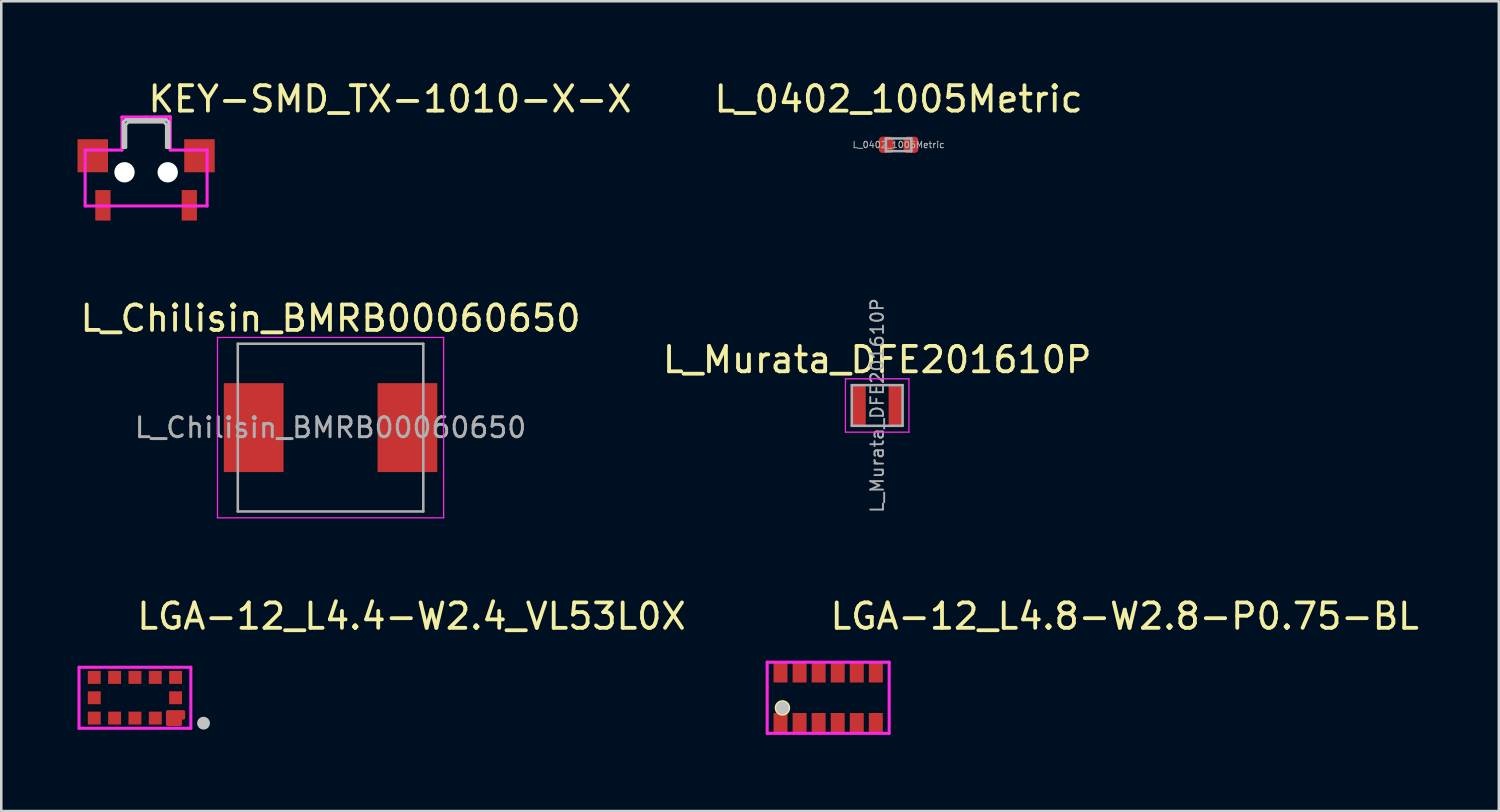
<source format=kicad_pcb>
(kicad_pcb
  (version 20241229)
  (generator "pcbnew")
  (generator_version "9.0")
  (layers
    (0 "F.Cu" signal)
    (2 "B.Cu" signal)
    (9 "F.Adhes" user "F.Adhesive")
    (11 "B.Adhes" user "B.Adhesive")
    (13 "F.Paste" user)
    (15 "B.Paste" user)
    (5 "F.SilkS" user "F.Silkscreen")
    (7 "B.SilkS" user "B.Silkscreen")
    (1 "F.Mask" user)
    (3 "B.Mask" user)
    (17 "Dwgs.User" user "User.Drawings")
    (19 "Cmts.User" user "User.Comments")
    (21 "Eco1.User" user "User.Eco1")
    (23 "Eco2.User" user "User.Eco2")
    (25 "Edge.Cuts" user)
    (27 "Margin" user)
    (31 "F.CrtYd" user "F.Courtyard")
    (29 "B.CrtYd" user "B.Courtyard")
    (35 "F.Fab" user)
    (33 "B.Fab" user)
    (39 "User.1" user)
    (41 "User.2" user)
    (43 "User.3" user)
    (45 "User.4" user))
  (footprint "L_0402_1005Metric"
    (layer "F.Cu")
    (at 32.313 2.648)
    (property "Reference" "L_0402_1005Metric" (at 0 -1.8 0) (layer "F.SilkS") (effects (font (size 1 1) (thickness 0.15))))
    (attr smd)
    (fp_line (start -0.5 -0.25) (end 0.5 -0.25) (stroke (width 0.1) (type solid)) (layer "F.Fab"))
    (fp_line (start -0.5 0.25) (end -0.5 -0.25) (stroke (width 0.1) (type solid)) (layer "F.Fab"))
    (fp_line (start 0.5 -0.25) (end 0.5 0.25) (stroke (width 0.1) (type solid)) (layer "F.Fab"))
    (fp_line (start 0.5 0.25) (end -0.5 0.25) (stroke (width 0.1) (type solid)) (layer "F.Fab"))
    (fp_text user "${REFERENCE}" (at 0 0 0) (layer "F.Fab") (effects (font (size 0.25 0.25) (thickness 0.04))))
    (pad "1" smd roundrect (at -0.485 0) (size 0.59 0.64) (layers "F.Cu" "F.Mask" "F.Paste") (roundrect_rratio 0.25))
    (pad "2" smd roundrect (at 0.485 0) (size 0.59 0.64) (layers "F.Cu" "F.Mask" "F.Paste") (roundrect_rratio 0.25)))
  (footprint "LGA-12_L4.4-W2.4_VL53L0X"
    (layer "F.Cu")
    (at 2.26 24.409)
    (property "Reference" "LGA-12_L4.4-W2.4_VL53L0X" (at 0 -3.207 0) (layer "F.SilkS") (effects (font (size 1 1) (thickness 0.15)) (justify left)))
    (attr through_hole)
    (fp_circle (center 2.7 1) (end 2.827 1) (stroke (width 0.254) (type solid)) (fill no) (layer "Dwgs.User"))
    (fp_circle (center 2.2 1.2) (end 2.23 1.2) (stroke (width 0.06) (type solid)) (fill no) (layer "Eco2.User"))
    (fp_poly (pts (xy -1.854 -1.054) (xy -1.346 -1.054) (xy -1.346 -0.546) (xy -1.854 -0.546)) (stroke (width 0.12) (type solid)) (fill no) (layer "Eco2.User"))
    (fp_poly (pts (xy -1.854 -0.254) (xy -1.346 -0.254) (xy -1.346 0.254) (xy -1.854 0.254)) (stroke (width 0.12) (type solid)) (fill no) (layer "Eco2.User"))
    (fp_poly (pts (xy -1.854 0.546) (xy -1.346 0.546) (xy -1.346 1.054) (xy -1.854 1.054)) (stroke (width 0.12) (type solid)) (fill no) (layer "Eco2.User"))
    (fp_poly (pts (xy -1.054 -1.054) (xy -0.546 -1.054) (xy -0.546 -0.546) (xy -1.054 -0.546)) (stroke (width 0.12) (type solid)) (fill no) (layer "Eco2.User"))
    (fp_poly (pts (xy -1.054 0.546) (xy -0.546 0.546) (xy -0.546 1.054) (xy -1.054 1.054)) (stroke (width 0.12) (type solid)) (fill no) (layer "Eco2.User"))
    (fp_poly (pts (xy -0.254 -1.054) (xy 0.254 -1.054) (xy 0.254 -0.546) (xy -0.254 -0.546)) (stroke (width 0.12) (type solid)) (fill no) (layer "Eco2.User"))
    (fp_poly (pts (xy -0.254 0.546) (xy 0.254 0.546) (xy 0.254 1.054) (xy -0.254 1.054)) (stroke (width 0.12) (type solid)) (fill no) (layer "Eco2.User"))
    (fp_poly (pts (xy 0.546 -1.054) (xy 1.054 -1.054) (xy 1.054 -0.546) (xy 0.546 -0.546)) (stroke (width 0.12) (type solid)) (fill no) (layer "Eco2.User"))
    (fp_poly (pts (xy 0.546 0.546) (xy 1.054 0.546) (xy 1.054 1.054) (xy 0.546 1.054)) (stroke (width 0.12) (type solid)) (fill no) (layer "Eco2.User"))
    (fp_poly (pts (xy 1.346 -1.054) (xy 1.854 -1.054) (xy 1.854 -0.546) (xy 1.346 -0.546)) (stroke (width 0.12) (type solid)) (fill no) (layer "Eco2.User"))
    (fp_poly (pts (xy 1.346 -0.254) (xy 1.854 -0.254) (xy 1.854 0.254) (xy 1.346 0.254)) (stroke (width 0.12) (type solid)) (fill no) (layer "Eco2.User"))
    (fp_poly (pts (xy 1.282 0.546) (xy 1.917 0.546) (xy 1.917 0.8) (xy 1.79 0.8) (xy 1.79 1.054) (xy 1.282 1.054) (xy 1.282 0.546)) (stroke (width 0.12) (type solid)) (fill no) (layer "Eco2.User"))
    (fp_line (start -2.2 -1.2) (end 2.2 -1.2) (stroke (width 0.12) (type solid)) (layer "F.CrtYd"))
    (fp_line (start -2.2 1.2) (end -2.2 -1.2) (stroke (width 0.12) (type solid)) (layer "F.CrtYd"))
    (fp_line (start 2.2 -1.2) (end 2.2 1.2) (stroke (width 0.12) (type solid)) (layer "F.CrtYd"))
    (fp_line (start 2.2 1.2) (end -2.2 1.2) (stroke (width 0.12) (type solid)) (layer "F.CrtYd"))
    (pad "1" smd custom (at 1.6 0.8) (size 0.102 0.102) (layers "F.Cu" "F.Mask" "F.Paste") (options (anchor circle)) (primitives (gr_poly (pts (xy -0.318 -0.254) (xy 0.317 -0.254) (xy 0.317 0) (xy 0.19 0) (xy 0.19 0.254) (xy -0.318 0.254) (xy -0.318 -0.254)) (width 0.12) (fill yes))))
    (pad "2" smd rect (at 0.8 0.8) (size 0.508 0.508) (layers "F.Cu" "F.Mask" "F.Paste"))
    (pad "3" smd rect (at 0 0.8) (size 0.508 0.508) (layers "F.Cu" "F.Mask" "F.Paste"))
    (pad "4" smd rect (at -0.8 0.8) (size 0.508 0.508) (layers "F.Cu" "F.Mask" "F.Paste"))
    (pad "5" smd rect (at -1.6 0.8) (size 0.508 0.508) (layers "F.Cu" "F.Mask" "F.Paste"))
    (pad "6" smd rect (at -1.6 0) (size 0.508 0.508) (layers "F.Cu" "F.Mask" "F.Paste"))
    (pad "7" smd rect (at -1.6 -0.8) (size 0.508 0.508) (layers "F.Cu" "F.Mask" "F.Paste"))
    (pad "8" smd rect (at -0.8 -0.8) (size 0.508 0.508) (layers "F.Cu" "F.Mask" "F.Paste"))
    (pad "9" smd rect (at 0 -0.8) (size 0.508 0.508) (layers "F.Cu" "F.Mask" "F.Paste"))
    (pad "10" smd rect (at 0.8 -0.8) (size 0.508 0.508) (layers "F.Cu" "F.Mask" "F.Paste"))
    (pad "11" smd rect (at 1.6 -0.8) (size 0.508 0.508) (layers "F.Cu" "F.Mask" "F.Paste"))
    (pad "12" smd rect (at 1.6 0) (size 0.508 0.508) (layers "F.Cu" "F.Mask" "F.Paste")))
  (footprint "L_Chilisin_BMRB00060650"
    (layer "F.Cu")
    (at 9.958 13.778)
    (property "Reference" "L_Chilisin_BMRB00060650" (at 0 -4.3 0) (layer "F.SilkS") (effects (font (size 1 1) (thickness 0.15))))
    (attr smd)
    (fp_line (start -4.45 -3.55) (end -4.45 3.55) (stroke (width 0.05) (type solid)) (layer "F.CrtYd"))
    (fp_line (start -4.45 3.55) (end 4.45 3.55) (stroke (width 0.05) (type solid)) (layer "F.CrtYd"))
    (fp_line (start 4.45 -3.55) (end -4.45 -3.55) (stroke (width 0.05) (type solid)) (layer "F.CrtYd"))
    (fp_line (start 4.45 3.55) (end 4.45 -3.55) (stroke (width 0.05) (type solid)) (layer "F.CrtYd"))
    (fp_line (start -3.65 -3.3) (end -3.65 3.3) (stroke (width 0.1) (type solid)) (layer "F.Fab"))
    (fp_line (start -3.65 3.3) (end 3.65 3.3) (stroke (width 0.1) (type solid)) (layer "F.Fab"))
    (fp_line (start 3.65 -3.3) (end -3.65 -3.3) (stroke (width 0.1) (type solid)) (layer "F.Fab"))
    (fp_line (start 3.65 3.3) (end 3.65 -3.3) (stroke (width 0.1) (type solid)) (layer "F.Fab"))
    (fp_text user "${REFERENCE}" (at 0 0 0) (layer "F.Fab") (effects (font (size 0.783 0.783) (thickness 0.117))))
    (pad "1" smd rect (at -3.025 0) (size 2.35 3.5) (layers "F.Cu" "F.Mask" "F.Paste"))
    (pad "2" smd rect (at 3.025 0) (size 2.35 3.5) (layers "F.Cu" "F.Mask" "F.Paste")))
  (footprint "L_Murata_DFE201610P"
    (layer "F.Cu")
    (at 31.47 12.907)
    (property "Reference" "L_Murata_DFE201610P" (at 0 -1.8 0) (layer "F.SilkS") (effects (font (size 1 1) (thickness 0.15))))
    (attr smd)
    (fp_line (start -1.25 -1.05) (end -1.25 1.05) (stroke (width 0.05) (type solid)) (layer "F.CrtYd"))
    (fp_line (start -1.25 1.05) (end 1.25 1.05) (stroke (width 0.05) (type solid)) (layer "F.CrtYd"))
    (fp_line (start 1.25 -1.05) (end -1.25 -1.05) (stroke (width 0.05) (type solid)) (layer "F.CrtYd"))
    (fp_line (start 1.25 1.05) (end 1.25 -1.05) (stroke (width 0.05) (type solid)) (layer "F.CrtYd"))
    (fp_line (start -1 -0.8) (end -1 0.8) (stroke (width 0.1) (type solid)) (layer "F.Fab"))
    (fp_line (start -1 0.8) (end 1 0.8) (stroke (width 0.1) (type solid)) (layer "F.Fab"))
    (fp_line (start 1 -0.8) (end -1 -0.8) (stroke (width 0.1) (type solid)) (layer "F.Fab"))
    (fp_line (start 1 0.8) (end 1 -0.8) (stroke (width 0.1) (type solid)) (layer "F.Fab"))
    (fp_text user "${REFERENCE}" (at 0 0 90) (layer "F.Fab") (effects (font (size 0.5 0.5) (thickness 0.075))))
    (pad "1" smd rect (at -0.725 0) (size 0.55 1.6) (layers "F.Cu" "F.Mask" "F.Paste"))
    (pad "2" smd rect (at 0.725 0) (size 0.55 1.6) (layers "F.Cu" "F.Mask" "F.Paste")))
  (footprint "LGA-12_L4.8-W2.8-P0.75-BL"
    (layer "F.Cu")
    (at 29.541 24.409)
    (property "Reference" "LGA-12_L4.8-W2.8-P0.75-BL" (at 0 -3.207 0) (layer "F.SilkS") (effects (font (size 1 1) (thickness 0.15)) (justify left)))
    (attr through_hole)
    (fp_circle (center -1.8 0.4) (end -1.75 0.4) (stroke (width 0.254) (type solid)) (fill no) (layer "F.SilkS"))
    (fp_circle (center -1.8 0.4) (end -1.673 0.4) (stroke (width 0.254) (type solid)) (fill no) (layer "Dwgs.User"))
    (fp_circle (center -2.4 1.4) (end -2.37 1.4) (stroke (width 0.06) (type solid)) (fill no) (layer "Eco2.User"))
    (fp_poly (pts (xy -2.15 -1.3) (xy -1.6 -1.3) (xy -1.6 -0.7) (xy -2.15 -0.7)) (stroke (width 0.12) (type solid)) (fill no) (layer "Eco2.User"))
    (fp_poly (pts (xy -2.15 0.7) (xy -1.6 0.7) (xy -1.6 1.3) (xy -2.15 1.3)) (stroke (width 0.12) (type solid)) (fill no) (layer "Eco2.User"))
    (fp_poly (pts (xy -1.4 -1.3) (xy -0.85 -1.3) (xy -0.85 -0.7) (xy -1.4 -0.7)) (stroke (width 0.12) (type solid)) (fill no) (layer "Eco2.User"))
    (fp_poly (pts (xy -1.4 0.7) (xy -0.85 0.7) (xy -0.85 1.3) (xy -1.4 1.3)) (stroke (width 0.12) (type solid)) (fill no) (layer "Eco2.User"))
    (fp_poly (pts (xy -0.65 -1.3) (xy -0.1 -1.3) (xy -0.1 -0.7) (xy -0.65 -0.7)) (stroke (width 0.12) (type solid)) (fill no) (layer "Eco2.User"))
    (fp_poly (pts (xy -0.65 0.7) (xy -0.1 0.7) (xy -0.1 1.3) (xy -0.65 1.3)) (stroke (width 0.12) (type solid)) (fill no) (layer "Eco2.User"))
    (fp_poly (pts (xy 0.1 -1.3) (xy 0.65 -1.3) (xy 0.65 -0.7) (xy 0.1 -0.7)) (stroke (width 0.12) (type solid)) (fill no) (layer "Eco2.User"))
    (fp_poly (pts (xy 0.1 0.7) (xy 0.65 0.7) (xy 0.65 1.3) (xy 0.1 1.3)) (stroke (width 0.12) (type solid)) (fill no) (layer "Eco2.User"))
    (fp_poly (pts (xy 0.85 -1.3) (xy 1.4 -1.3) (xy 1.4 -0.7) (xy 0.85 -0.7)) (stroke (width 0.12) (type solid)) (fill no) (layer "Eco2.User"))
    (fp_poly (pts (xy 0.85 0.7) (xy 1.4 0.7) (xy 1.4 1.3) (xy 0.85 1.3)) (stroke (width 0.12) (type solid)) (fill no) (layer "Eco2.User"))
    (fp_poly (pts (xy 1.6 -1.3) (xy 2.15 -1.3) (xy 2.15 -0.7) (xy 1.6 -0.7)) (stroke (width 0.12) (type solid)) (fill no) (layer "Eco2.User"))
    (fp_poly (pts (xy 1.6 0.7) (xy 2.15 0.7) (xy 2.15 1.3) (xy 1.6 1.3)) (stroke (width 0.12) (type solid)) (fill no) (layer "Eco2.User"))
    (fp_line (start -2.4 -1.4) (end 2.4 -1.4) (stroke (width 0.12) (type solid)) (layer "F.CrtYd"))
    (fp_line (start -2.4 1.4) (end -2.4 -1.4) (stroke (width 0.12) (type solid)) (layer "F.CrtYd"))
    (fp_line (start 2.4 -1.4) (end 2.4 1.4) (stroke (width 0.12) (type solid)) (layer "F.CrtYd"))
    (fp_line (start 2.4 1.4) (end -2.4 1.4) (stroke (width 0.12) (type solid)) (layer "F.CrtYd"))
    (pad "1" smd rect (at -1.875 1) (size 0.55 0.8) (layers "F.Cu" "F.Mask" "F.Paste"))
    (pad "2" smd rect (at -1.125 1) (size 0.55 0.8) (layers "F.Cu" "F.Mask" "F.Paste"))
    (pad "3" smd rect (at -0.375 1) (size 0.55 0.8) (layers "F.Cu" "F.Mask" "F.Paste"))
    (pad "4" smd rect (at 0.375 1) (size 0.55 0.8) (layers "F.Cu" "F.Mask" "F.Paste"))
    (pad "5" smd rect (at 1.125 1) (size 0.55 0.8) (layers "F.Cu" "F.Mask" "F.Paste"))
    (pad "6" smd rect (at 1.875 1) (size 0.55 0.8) (layers "F.Cu" "F.Mask" "F.Paste"))
    (pad "7" smd rect (at 1.875 -1) (size 0.55 0.8) (layers "F.Cu" "F.Mask" "F.Paste"))
    (pad "8" smd rect (at 1.125 -1) (size 0.55 0.8) (layers "F.Cu" "F.Mask" "F.Paste"))
    (pad "9" smd rect (at 0.375 -1) (size 0.55 0.8) (layers "F.Cu" "F.Mask" "F.Paste"))
    (pad "10" smd rect (at -0.375 -1) (size 0.55 0.8) (layers "F.Cu" "F.Mask" "F.Paste"))
    (pad "11" smd rect (at -1.125 -1) (size 0.55 0.8) (layers "F.Cu" "F.Mask" "F.Paste"))
    (pad "12" smd rect (at -1.875 -1) (size 0.55 0.8) (layers "F.Cu" "F.Mask" "F.Paste")))
  (footprint "KEY-SMD_TX-1010-X-X"
    (layer "F.Cu")
    (at 2.7 4.055)
    (property "Reference" "KEY-SMD_TX-1010-X-X" (at 0 -3.207 0) (layer "F.SilkS") (effects (font (size 1 1) (thickness 0.15)) (justify left)))
    (attr through_hole)
    (fp_circle (center -0.85 -0.325) (end -0.725 -0.325) (stroke (width 0.25) (type solid)) (fill no) (layer "Dwgs.User"))
    (fp_circle (center 0.85 -0.325) (end 0.975 -0.325) (stroke (width 0.25) (type solid)) (fill no) (layer "Dwgs.User"))
    (fp_poly (pts (xy -0.9 -1.3) (xy -0.9 -2.3) (xy -0.8 -2.4) (xy 0.8 -2.4) (xy 0.9 -2.3) (xy 0.9 -1.3) (xy 0.8 -1.3) (xy 0.8 -2.2) (xy 0.7 -2.3) (xy -0.7 -2.3) (xy -0.8 -2.2) (xy -0.8 -1.3)) (stroke (width 0.12) (type solid)) (fill no) (layer "Dwgs.User"))
    (fp_circle (center -2.4 1.073) (end -2.37 1.073) (stroke (width 0.06) (type solid)) (fill no) (layer "Eco2.User"))
    (fp_poly (pts (xy -2.28 -0.413) (xy -2.28 -1.119) (xy -1.54 -1.119) (xy -1.54 -0.413)) (stroke (width 0.12) (type solid)) (fill no) (layer "Eco2.User"))
    (fp_poly (pts (xy -1.9 0.41) (xy -1.5 0.41) (xy -1.5 1.073) (xy -1.9 1.073)) (stroke (width 0.12) (type solid)) (fill no) (layer "Eco2.User"))
    (fp_poly (pts (xy 1.465 -1.119) (xy 2.171 -1.119) (xy 2.171 -0.379) (xy 1.465 -0.379)) (stroke (width 0.12) (type solid)) (fill no) (layer "Eco2.User"))
    (fp_poly (pts (xy 1.5 0.41) (xy 1.9 0.41) (xy 1.9 1.073) (xy 1.5 1.073)) (stroke (width 0.12) (type solid)) (fill no) (layer "Eco2.User"))
    (fp_line (start -2.4 -1.2) (end -0.95 -1.2) (stroke (width 0.12) (type solid)) (layer "F.CrtYd"))
    (fp_line (start -2.4 1) (end -2.4 -1.2) (stroke (width 0.12) (type solid)) (layer "F.CrtYd"))
    (fp_line (start -0.95 -2.5) (end 0 -2.5) (stroke (width 0.12) (type solid)) (layer "F.CrtYd"))
    (fp_line (start -0.95 -1.2) (end -0.95 -2.5) (stroke (width 0.12) (type solid)) (layer "F.CrtYd"))
    (fp_line (start 0 -2.5) (end 0.95 -2.51) (stroke (width 0.12) (type solid)) (layer "F.CrtYd"))
    (fp_line (start 0.95 -2.51) (end 0.95 -1.2) (stroke (width 0.12) (type solid)) (layer "F.CrtYd"))
    (fp_line (start 0.95 -1.2) (end 2.4 -1.2) (stroke (width 0.12) (type solid)) (layer "F.CrtYd"))
    (fp_line (start 2.4 -1.2) (end 2.4 1) (stroke (width 0.12) (type solid)) (layer "F.CrtYd"))
    (fp_line (start 2.4 1) (end -2.4 1) (stroke (width 0.12) (type solid)) (layer "F.CrtYd"))
    (pad "" np_thru_hole circle (at -0.85 -0.325) (size 0.8 0.8) (drill 0.8) (layers "*.Cu" "*.Mask"))
    (pad "" np_thru_hole circle (at 0.85 -0.325) (size 0.8 0.8) (drill 0.8) (layers "*.Cu" "*.Mask"))
    (pad "1" smd rect (at -1.7 0.975 90) (size 1.2 0.6) (layers "F.Cu" "F.Mask" "F.Paste"))
    (pad "2" smd rect (at 1.7 0.975 90) (size 1.2 0.6) (layers "F.Cu" "F.Mask" "F.Paste"))
    (pad "3" smd rect (at -2.1 -0.975 270) (size 1.3 1.2) (layers "F.Cu" "F.Mask" "F.Paste"))
    (pad "4" smd rect (at 2.1 -0.975 270) (size 1.3 1.2) (layers "F.Cu" "F.Mask" "F.Paste")))
  (gr_rect
    (start -3 -3)
    (end 55.934 28.869)
    (stroke (width 0.1) (type default))
    (fill no)
    (layer "Edge.Cuts")))
</source>
